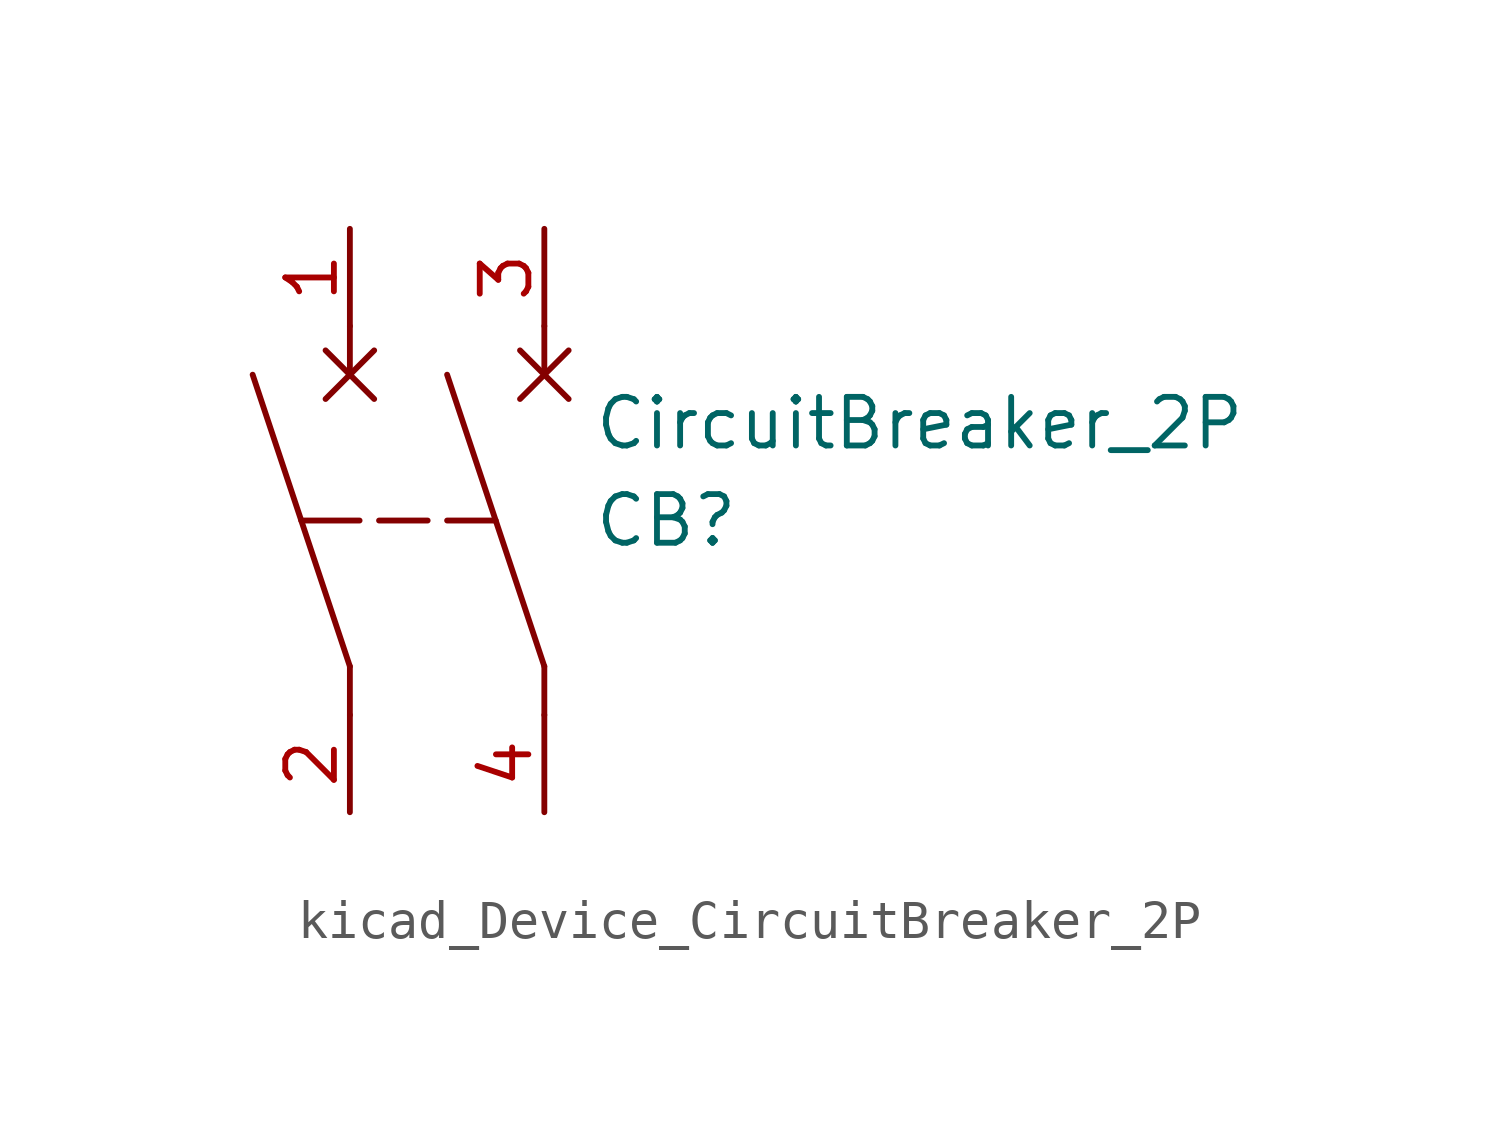
<source format=kicad_sym>
(kicad_symbol_lib
  (version 20220914)
  (generator kicad_symbol_editor)
  (symbol "kicad_Device_CircuitBreaker_2P"
    (property "Reference" "CB"
      (at 3.81 0 0)
      (effects (font (size 1.27 1.27)) (justify left)))
    (property "Value" "CircuitBreaker_2P"
      (at 3.81 2.54 0)
      (effects (font (size 1.27 1.27)) (justify left)))
    (symbol "kicad_Device_CircuitBreaker_2P_0_1"
      (polyline (pts (xy -3.81 0) (xy -2.286 0)) (stroke (width 0) (type default)) (fill (type none)))
      (polyline (pts (xy -2.54 -3.81) (xy -5.08 3.81)) (stroke (width 0) (type default)) (fill (type none)))
      (polyline (pts (xy -1.778 0) (xy -0.508 0)) (stroke (width 0) (type default)) (fill (type none)))
      (polyline (pts (xy 0 0) (xy 1.27 0)) (stroke (width 0) (type default)) (fill (type none)))
      (polyline (pts (xy 2.54 -5.08) (xy 2.54 -3.81)) (stroke (width 0) (type default)) (fill (type none)))
      (polyline (pts (xy 2.54 -3.81) (xy 0 3.81)) (stroke (width 0) (type default)) (fill (type none))))
    (symbol "kicad_Device_CircuitBreaker_2P_1_1"
      (polyline (pts (xy -3.175 4.445) (xy -1.905 3.175)) (stroke (width 0) (type default)) (fill (type none)))
      (polyline (pts (xy -2.54 -3.81) (xy -2.54 -5.08)) (stroke (width 0) (type default)) (fill (type none)))
      (polyline (pts (xy -2.54 5.08) (xy -2.54 3.81)) (stroke (width 0) (type default)) (fill (type none)))
      (polyline (pts (xy -1.905 4.445) (xy -3.175 3.175)) (stroke (width 0) (type default)) (fill (type none)))
      (polyline (pts (xy 1.905 4.445) (xy 3.175 3.175)) (stroke (width 0) (type default)) (fill (type none)))
      (polyline (pts (xy 2.54 5.08) (xy 2.54 3.81)) (stroke (width 0) (type default)) (fill (type none)))
      (polyline (pts (xy 3.175 4.445) (xy 1.905 3.175)) (stroke (width 0) (type default)) (fill (type none)))
      (pin passive line (at -2.54 7.62 270) (length 2.54) (name "~" (effects (font (size 1.27 1.27)))) (number "1" (effects (font (size 1.27 1.27)))))
      (pin passive line (at -2.54 -7.62 90) (length 2.54) (name "~" (effects (font (size 1.27 1.27)))) (number "2" (effects (font (size 1.27 1.27)))))
      (pin passive line (at 2.54 7.62 270) (length 2.54) (name "~" (effects (font (size 1.27 1.27)))) (number "3" (effects (font (size 1.27 1.27)))))
      (pin passive line (at 2.54 -7.62 90) (length 2.54) (name "~" (effects (font (size 1.27 1.27)))) (number "4" (effects (font (size 1.27 1.27))))))))
</source>
